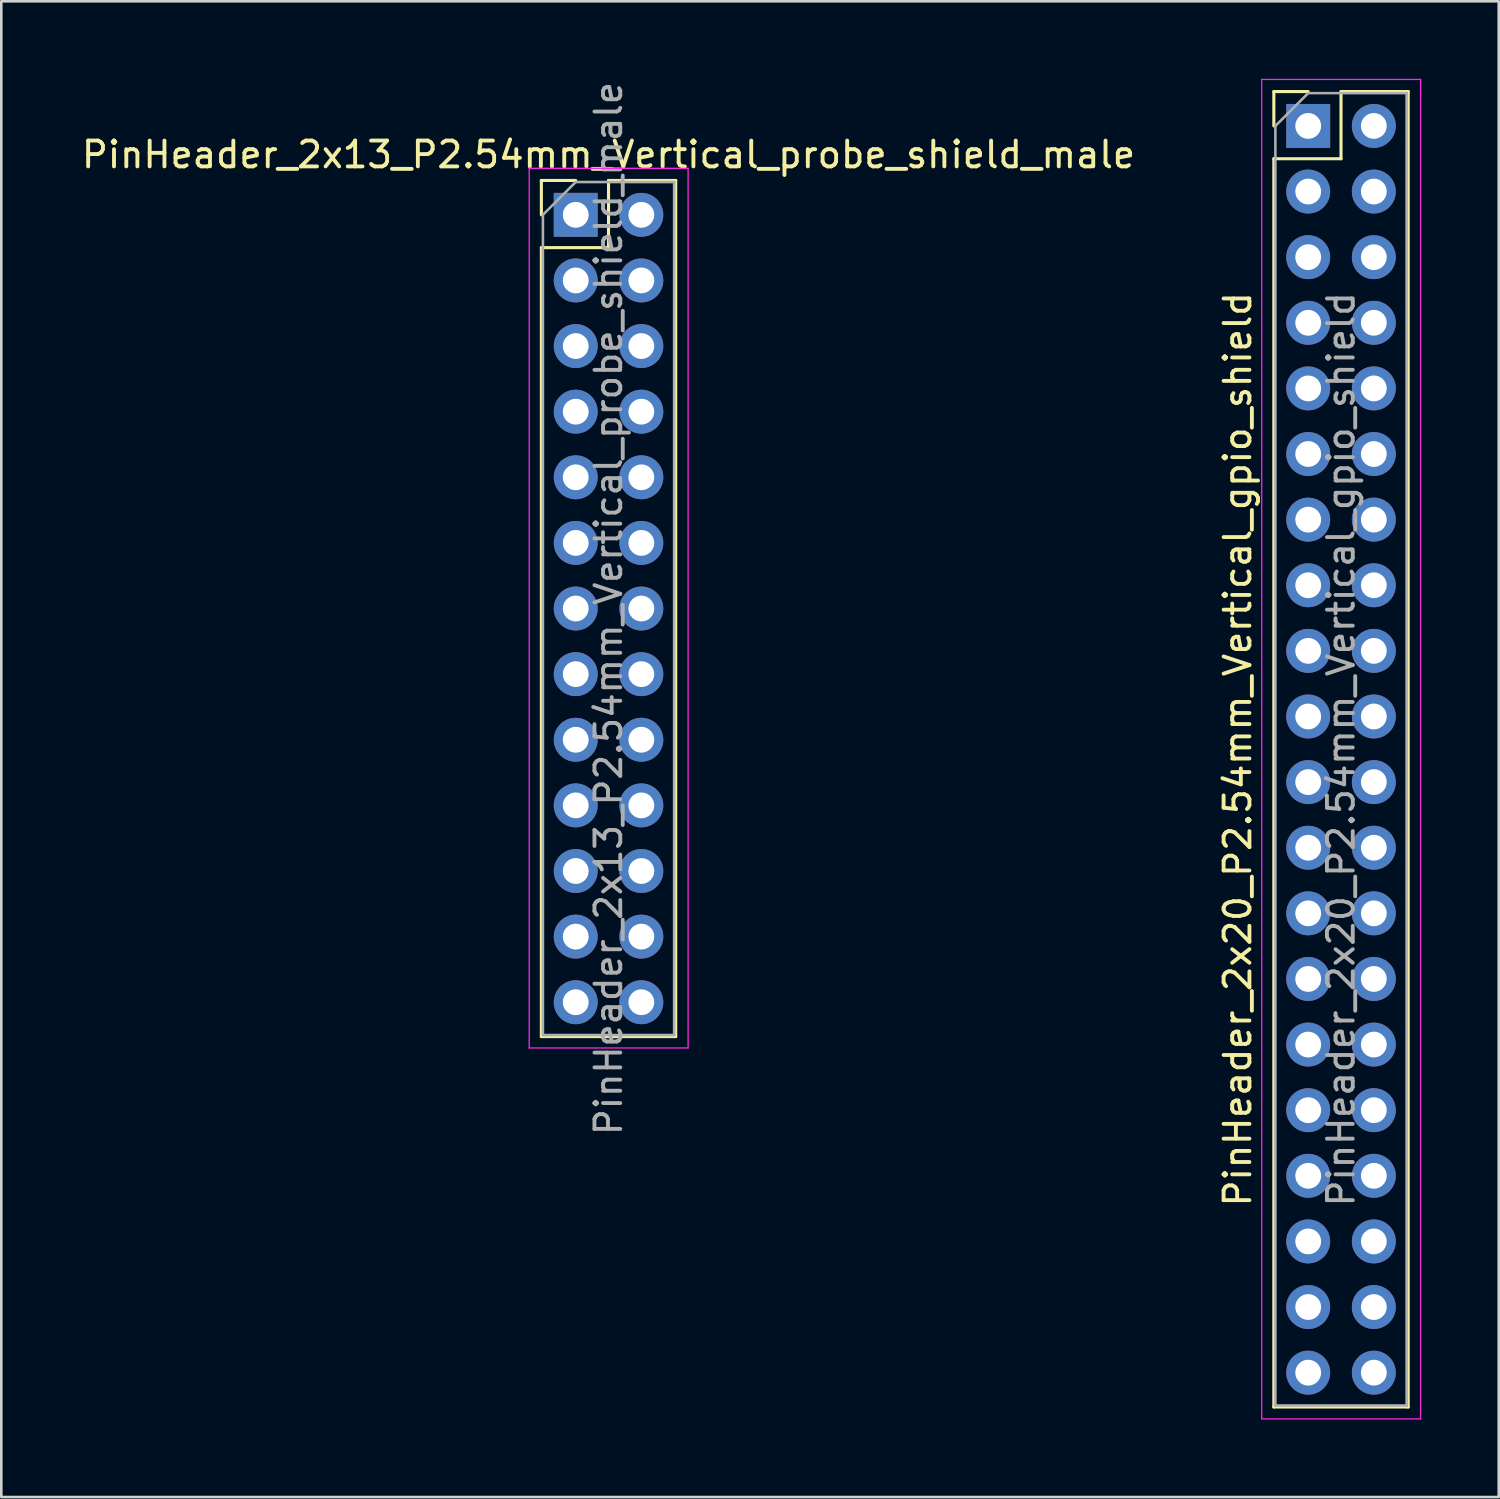
<source format=kicad_pcb>
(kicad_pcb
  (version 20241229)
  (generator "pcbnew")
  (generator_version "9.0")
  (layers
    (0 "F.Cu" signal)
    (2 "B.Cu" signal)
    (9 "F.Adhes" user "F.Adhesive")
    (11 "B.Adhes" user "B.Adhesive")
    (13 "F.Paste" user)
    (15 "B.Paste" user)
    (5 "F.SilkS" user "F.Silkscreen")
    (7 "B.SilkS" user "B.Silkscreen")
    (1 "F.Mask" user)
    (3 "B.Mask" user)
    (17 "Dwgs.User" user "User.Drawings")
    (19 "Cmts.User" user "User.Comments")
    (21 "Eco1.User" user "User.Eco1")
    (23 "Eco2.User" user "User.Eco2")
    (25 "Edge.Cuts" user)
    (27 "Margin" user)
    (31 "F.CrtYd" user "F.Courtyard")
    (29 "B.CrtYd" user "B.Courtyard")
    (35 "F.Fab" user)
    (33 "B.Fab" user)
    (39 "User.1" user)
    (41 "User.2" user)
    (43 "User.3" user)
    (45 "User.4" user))
  (footprint "PinHeader_2x13_P2.54mm_Vertical_probe_shield_male"
    (layer "F.Cu")
    (at 19.236 5.266)
    (property "Reference" "PinHeader_2x13_P2.54mm_Vertical_probe_shield_male" (at 1.27 -2.33 0) (layer "F.SilkS") (effects (font (size 1 1) (thickness 0.15))))
    (attr through_hole)
    (fp_line (start -1.33 -1.33) (end 0 -1.33) (stroke (width 0.12) (type solid)) (layer "F.SilkS"))
    (fp_line (start -1.33 0) (end -1.33 -1.33) (stroke (width 0.12) (type solid)) (layer "F.SilkS"))
    (fp_line (start -1.33 1.27) (end -1.33 31.81) (stroke (width 0.12) (type solid)) (layer "F.SilkS"))
    (fp_line (start -1.33 1.27) (end 1.27 1.27) (stroke (width 0.12) (type solid)) (layer "F.SilkS"))
    (fp_line (start -1.33 31.81) (end 3.87 31.81) (stroke (width 0.12) (type solid)) (layer "F.SilkS"))
    (fp_line (start 1.27 -1.33) (end 3.87 -1.33) (stroke (width 0.12) (type solid)) (layer "F.SilkS"))
    (fp_line (start 1.27 1.27) (end 1.27 -1.33) (stroke (width 0.12) (type solid)) (layer "F.SilkS"))
    (fp_line (start 3.87 -1.33) (end 3.87 31.81) (stroke (width 0.12) (type solid)) (layer "F.SilkS"))
    (fp_line (start -1.8 -1.8) (end -1.8 32.25) (stroke (width 0.05) (type solid)) (layer "F.CrtYd"))
    (fp_line (start -1.8 32.25) (end 4.35 32.25) (stroke (width 0.05) (type solid)) (layer "F.CrtYd"))
    (fp_line (start 4.35 -1.8) (end -1.8 -1.8) (stroke (width 0.05) (type solid)) (layer "F.CrtYd"))
    (fp_line (start 4.35 32.25) (end 4.35 -1.8) (stroke (width 0.05) (type solid)) (layer "F.CrtYd"))
    (fp_line (start -1.27 0) (end 0 -1.27) (stroke (width 0.1) (type solid)) (layer "F.Fab"))
    (fp_line (start -1.27 31.75) (end -1.27 0) (stroke (width 0.1) (type solid)) (layer "F.Fab"))
    (fp_line (start 0 -1.27) (end 3.81 -1.27) (stroke (width 0.1) (type solid)) (layer "F.Fab"))
    (fp_line (start 3.81 -1.27) (end 3.81 31.75) (stroke (width 0.1) (type solid)) (layer "F.Fab"))
    (fp_line (start 3.81 31.75) (end -1.27 31.75) (stroke (width 0.1) (type solid)) (layer "F.Fab"))
    (fp_text user "${REFERENCE}" (at 1.27 15.24 90) (layer "F.Fab") (effects (font (size 1 1) (thickness 0.15))))
    (pad "1" thru_hole rect (at 0 0) (size 1.7 1.7) (drill 1) (layers "*.Cu" "*.Mask"))
    (pad "2" thru_hole oval (at 2.54 0) (size 1.7 1.7) (drill 1) (layers "*.Cu" "*.Mask"))
    (pad "3" thru_hole oval (at 0 2.54) (size 1.7 1.7) (drill 1) (layers "*.Cu" "*.Mask"))
    (pad "4" thru_hole oval (at 2.54 2.54) (size 1.7 1.7) (drill 1) (layers "*.Cu" "*.Mask"))
    (pad "5" thru_hole oval (at 0 5.08) (size 1.7 1.7) (drill 1) (layers "*.Cu" "*.Mask"))
    (pad "6" thru_hole oval (at 2.54 5.08) (size 1.7 1.7) (drill 1) (layers "*.Cu" "*.Mask"))
    (pad "7" thru_hole oval (at 0 7.62) (size 1.7 1.7) (drill 1) (layers "*.Cu" "*.Mask"))
    (pad "8" thru_hole oval (at 2.54 7.62) (size 1.7 1.7) (drill 1) (layers "*.Cu" "*.Mask"))
    (pad "9" thru_hole oval (at 0 10.16) (size 1.7 1.7) (drill 1) (layers "*.Cu" "*.Mask"))
    (pad "10" thru_hole oval (at 2.54 10.16) (size 1.7 1.7) (drill 1) (layers "*.Cu" "*.Mask"))
    (pad "11" thru_hole oval (at 0 12.7) (size 1.7 1.7) (drill 1) (layers "*.Cu" "*.Mask"))
    (pad "12" thru_hole oval (at 2.54 12.7) (size 1.7 1.7) (drill 1) (layers "*.Cu" "*.Mask"))
    (pad "13" thru_hole oval (at 0 15.24) (size 1.7 1.7) (drill 1) (layers "*.Cu" "*.Mask"))
    (pad "14" thru_hole oval (at 2.54 15.24) (size 1.7 1.7) (drill 1) (layers "*.Cu" "*.Mask"))
    (pad "15" thru_hole oval (at 0 17.78) (size 1.7 1.7) (drill 1) (layers "*.Cu" "*.Mask"))
    (pad "16" thru_hole oval (at 2.54 17.78) (size 1.7 1.7) (drill 1) (layers "*.Cu" "*.Mask"))
    (pad "17" thru_hole oval (at 0 20.32) (size 1.7 1.7) (drill 1) (layers "*.Cu" "*.Mask"))
    (pad "18" thru_hole oval (at 2.54 20.32) (size 1.7 1.7) (drill 1) (layers "*.Cu" "*.Mask"))
    (pad "19" thru_hole oval (at 0 22.86) (size 1.7 1.7) (drill 1) (layers "*.Cu" "*.Mask"))
    (pad "20" thru_hole oval (at 2.54 22.86) (size 1.7 1.7) (drill 1) (layers "*.Cu" "*.Mask"))
    (pad "21" thru_hole oval (at 0 25.4) (size 1.7 1.7) (drill 1) (layers "*.Cu" "*.Mask"))
    (pad "22" thru_hole oval (at 2.54 25.4) (size 1.7 1.7) (drill 1) (layers "*.Cu" "*.Mask"))
    (pad "23" thru_hole oval (at 0 27.94) (size 1.7 1.7) (drill 1) (layers "*.Cu" "*.Mask"))
    (pad "24" thru_hole oval (at 2.54 27.94) (size 1.7 1.7) (drill 1) (layers "*.Cu" "*.Mask"))
    (pad "25" thru_hole oval (at 0 30.48) (size 1.7 1.7) (drill 1) (layers "*.Cu" "*.Mask"))
    (pad "26" thru_hole oval (at 2.54 30.48) (size 1.7 1.7) (drill 1) (layers "*.Cu" "*.Mask")))
  (footprint "PinHeader_2x20_P2.54mm_Vertical_gpio_shield"
    (layer "F.Cu")
    (at 47.59 1.825)
    (property "Reference" "PinHeader_2x20_P2.54mm_Vertical_gpio_shield" (at -2.73 24.13 90) (layer "F.SilkS") (effects (font (size 1 1) (thickness 0.15))))
    (attr through_hole)
    (fp_line (start -1.33 -1.33) (end 0 -1.33) (stroke (width 0.12) (type solid)) (layer "F.SilkS"))
    (fp_line (start -1.33 0) (end -1.33 -1.33) (stroke (width 0.12) (type solid)) (layer "F.SilkS"))
    (fp_line (start -1.33 1.27) (end -1.33 49.59) (stroke (width 0.12) (type solid)) (layer "F.SilkS"))
    (fp_line (start -1.33 1.27) (end 1.27 1.27) (stroke (width 0.12) (type solid)) (layer "F.SilkS"))
    (fp_line (start -1.33 49.59) (end 3.87 49.59) (stroke (width 0.12) (type solid)) (layer "F.SilkS"))
    (fp_line (start 1.27 -1.33) (end 3.87 -1.33) (stroke (width 0.12) (type solid)) (layer "F.SilkS"))
    (fp_line (start 1.27 1.27) (end 1.27 -1.33) (stroke (width 0.12) (type solid)) (layer "F.SilkS"))
    (fp_line (start 3.87 -1.33) (end 3.87 49.59) (stroke (width 0.12) (type solid)) (layer "F.SilkS"))
    (fp_line (start -1.8 -1.8) (end -1.8 50.05) (stroke (width 0.05) (type solid)) (layer "F.CrtYd"))
    (fp_line (start -1.8 50.05) (end 4.35 50.05) (stroke (width 0.05) (type solid)) (layer "F.CrtYd"))
    (fp_line (start 4.35 -1.8) (end -1.8 -1.8) (stroke (width 0.05) (type solid)) (layer "F.CrtYd"))
    (fp_line (start 4.35 50.05) (end 4.35 -1.8) (stroke (width 0.05) (type solid)) (layer "F.CrtYd"))
    (fp_line (start -1.27 0) (end 0 -1.27) (stroke (width 0.1) (type solid)) (layer "F.Fab"))
    (fp_line (start -1.27 49.53) (end -1.27 0) (stroke (width 0.1) (type solid)) (layer "F.Fab"))
    (fp_line (start 0 -1.27) (end 3.81 -1.27) (stroke (width 0.1) (type solid)) (layer "F.Fab"))
    (fp_line (start 3.81 -1.27) (end 3.81 49.53) (stroke (width 0.1) (type solid)) (layer "F.Fab"))
    (fp_line (start 3.81 49.53) (end -1.27 49.53) (stroke (width 0.1) (type solid)) (layer "F.Fab"))
    (fp_text user "${REFERENCE}" (at 1.27 24.13 270) (layer "F.Fab") (effects (font (size 1 1) (thickness 0.15))))
    (pad "1" thru_hole rect (at 0 0) (size 1.7 1.7) (drill 1) (layers "*.Cu" "*.Mask"))
    (pad "2" thru_hole oval (at 2.54 0) (size 1.7 1.7) (drill 1) (layers "*.Cu" "*.Mask"))
    (pad "3" thru_hole oval (at 0 2.54) (size 1.7 1.7) (drill 1) (layers "*.Cu" "*.Mask"))
    (pad "4" thru_hole oval (at 2.54 2.54) (size 1.7 1.7) (drill 1) (layers "*.Cu" "*.Mask"))
    (pad "5" thru_hole oval (at 0 5.08) (size 1.7 1.7) (drill 1) (layers "*.Cu" "*.Mask"))
    (pad "6" thru_hole oval (at 2.54 5.08) (size 1.7 1.7) (drill 1) (layers "*.Cu" "*.Mask"))
    (pad "7" thru_hole oval (at 0 7.62) (size 1.7 1.7) (drill 1) (layers "*.Cu" "*.Mask"))
    (pad "8" thru_hole oval (at 2.54 7.62) (size 1.7 1.7) (drill 1) (layers "*.Cu" "*.Mask"))
    (pad "9" thru_hole oval (at 0 10.16) (size 1.7 1.7) (drill 1) (layers "*.Cu" "*.Mask"))
    (pad "10" thru_hole oval (at 2.54 10.16) (size 1.7 1.7) (drill 1) (layers "*.Cu" "*.Mask"))
    (pad "11" thru_hole oval (at 0 12.7) (size 1.7 1.7) (drill 1) (layers "*.Cu" "*.Mask"))
    (pad "12" thru_hole oval (at 2.54 12.7) (size 1.7 1.7) (drill 1) (layers "*.Cu" "*.Mask"))
    (pad "13" thru_hole oval (at 0 15.24) (size 1.7 1.7) (drill 1) (layers "*.Cu" "*.Mask"))
    (pad "14" thru_hole oval (at 2.54 15.24) (size 1.7 1.7) (drill 1) (layers "*.Cu" "*.Mask"))
    (pad "15" thru_hole oval (at 0 17.78) (size 1.7 1.7) (drill 1) (layers "*.Cu" "*.Mask"))
    (pad "16" thru_hole oval (at 2.54 17.78) (size 1.7 1.7) (drill 1) (layers "*.Cu" "*.Mask"))
    (pad "17" thru_hole oval (at 0 20.32) (size 1.7 1.7) (drill 1) (layers "*.Cu" "*.Mask"))
    (pad "18" thru_hole oval (at 2.54 20.32) (size 1.7 1.7) (drill 1) (layers "*.Cu" "*.Mask"))
    (pad "19" thru_hole oval (at 0 22.86) (size 1.7 1.7) (drill 1) (layers "*.Cu" "*.Mask"))
    (pad "20" thru_hole oval (at 2.54 22.86) (size 1.7 1.7) (drill 1) (layers "*.Cu" "*.Mask"))
    (pad "21" thru_hole oval (at 0 25.4) (size 1.7 1.7) (drill 1) (layers "*.Cu" "*.Mask"))
    (pad "22" thru_hole oval (at 2.54 25.4) (size 1.7 1.7) (drill 1) (layers "*.Cu" "*.Mask"))
    (pad "23" thru_hole oval (at 0 27.94) (size 1.7 1.7) (drill 1) (layers "*.Cu" "*.Mask"))
    (pad "24" thru_hole oval (at 2.54 27.94) (size 1.7 1.7) (drill 1) (layers "*.Cu" "*.Mask"))
    (pad "25" thru_hole oval (at 0 30.48) (size 1.7 1.7) (drill 1) (layers "*.Cu" "*.Mask"))
    (pad "26" thru_hole oval (at 2.54 30.48) (size 1.7 1.7) (drill 1) (layers "*.Cu" "*.Mask"))
    (pad "27" thru_hole oval (at 0 33.02) (size 1.7 1.7) (drill 1) (layers "*.Cu" "*.Mask"))
    (pad "28" thru_hole oval (at 2.54 33.02) (size 1.7 1.7) (drill 1) (layers "*.Cu" "*.Mask"))
    (pad "29" thru_hole oval (at 0 35.56) (size 1.7 1.7) (drill 1) (layers "*.Cu" "*.Mask"))
    (pad "30" thru_hole oval (at 2.54 35.56) (size 1.7 1.7) (drill 1) (layers "*.Cu" "*.Mask"))
    (pad "31" thru_hole oval (at 0 38.1) (size 1.7 1.7) (drill 1) (layers "*.Cu" "*.Mask"))
    (pad "32" thru_hole oval (at 2.54 38.1) (size 1.7 1.7) (drill 1) (layers "*.Cu" "*.Mask"))
    (pad "33" thru_hole oval (at 0 40.64) (size 1.7 1.7) (drill 1) (layers "*.Cu" "*.Mask"))
    (pad "34" thru_hole oval (at 2.54 40.64) (size 1.7 1.7) (drill 1) (layers "*.Cu" "*.Mask"))
    (pad "35" thru_hole oval (at 0 43.18) (size 1.7 1.7) (drill 1) (layers "*.Cu" "*.Mask"))
    (pad "36" thru_hole oval (at 2.54 43.18) (size 1.7 1.7) (drill 1) (layers "*.Cu" "*.Mask"))
    (pad "37" thru_hole oval (at 0 45.72) (size 1.7 1.7) (drill 1) (layers "*.Cu" "*.Mask"))
    (pad "38" thru_hole oval (at 2.54 45.72) (size 1.7 1.7) (drill 1) (layers "*.Cu" "*.Mask"))
    (pad "39" thru_hole oval (at 0 48.26) (size 1.7 1.7) (drill 1) (layers "*.Cu" "*.Mask"))
    (pad "40" thru_hole oval (at 2.54 48.26) (size 1.7 1.7) (drill 1) (layers "*.Cu" "*.Mask")))
  (gr_rect
    (start -3 -3)
    (end 54.965 54.9)
    (stroke (width 0.1) (type default))
    (fill no)
    (layer "Edge.Cuts")))
</source>
